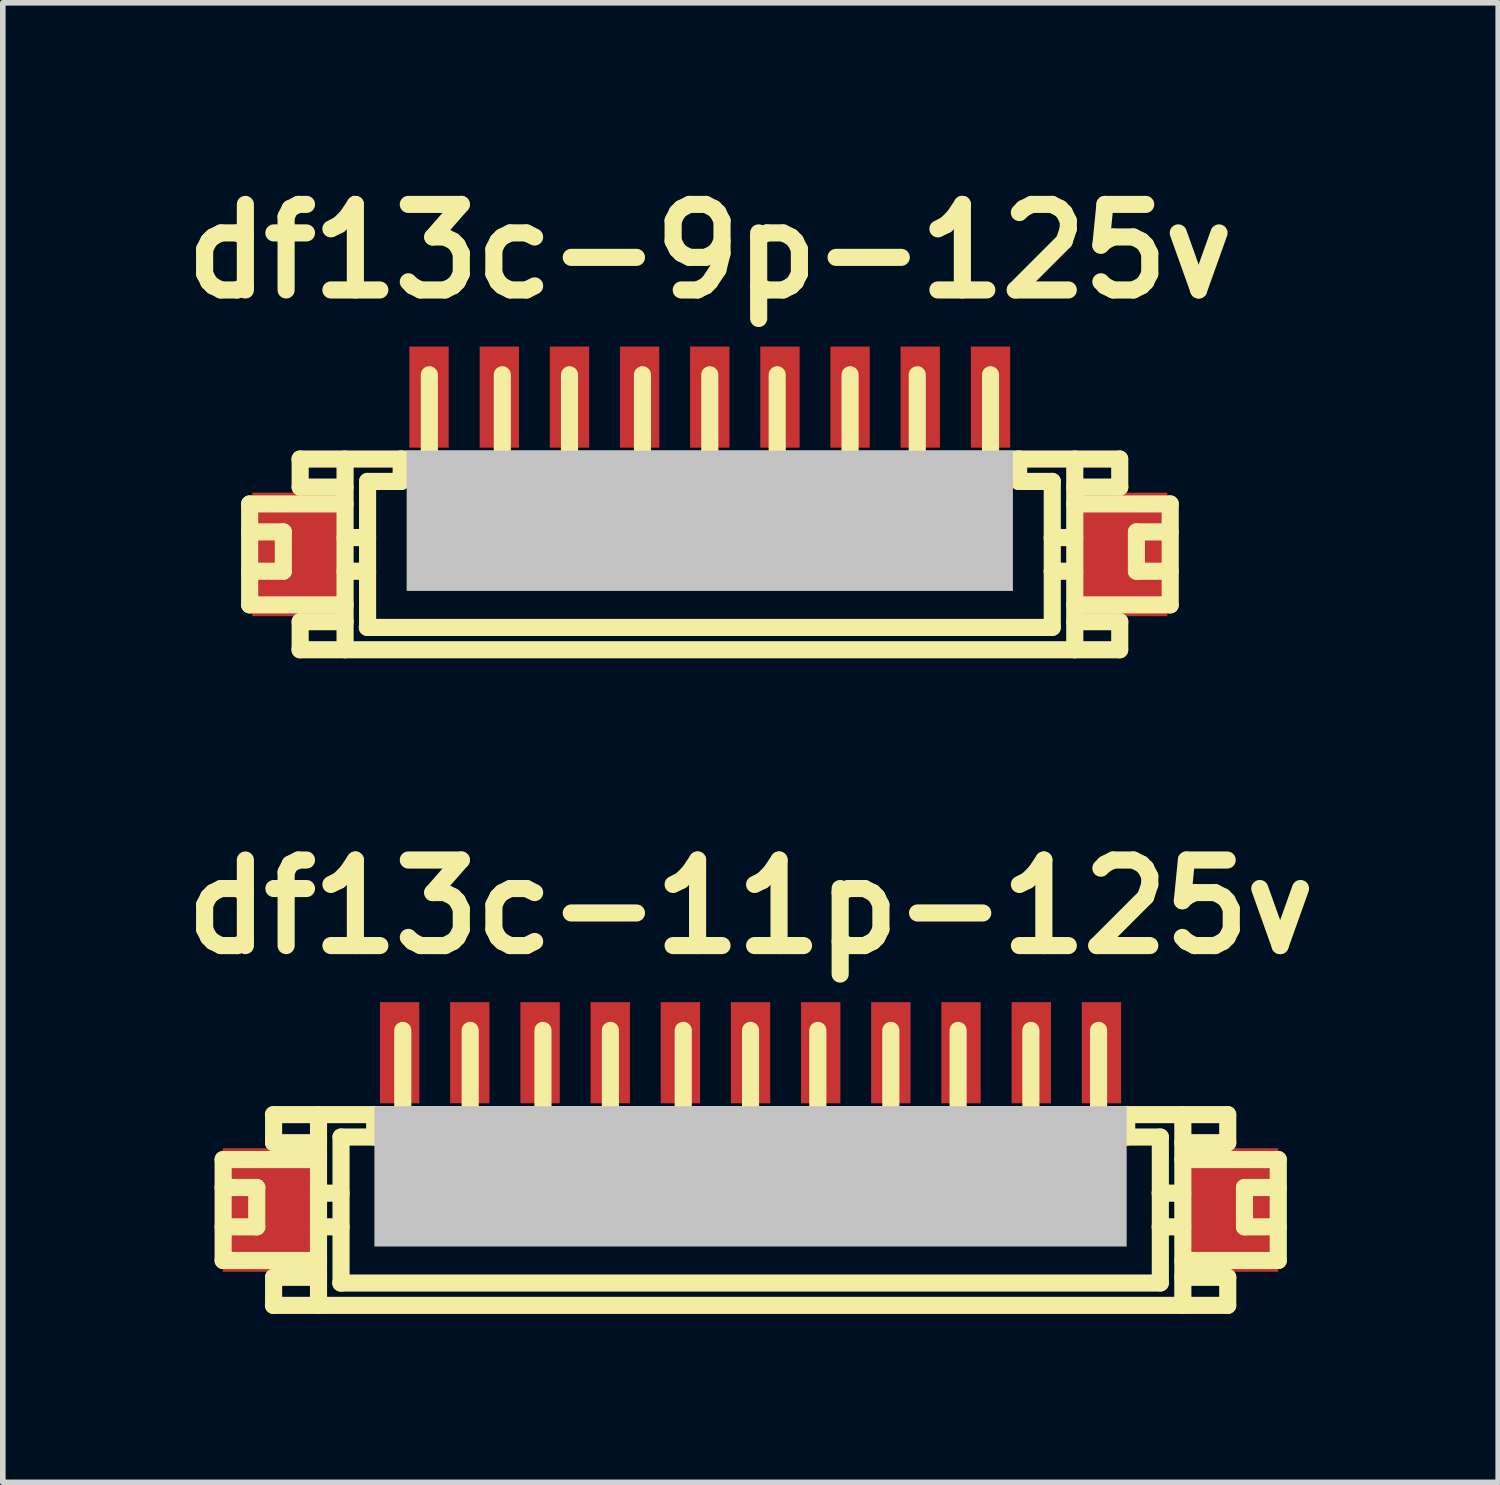
<source format=kicad_pcb>
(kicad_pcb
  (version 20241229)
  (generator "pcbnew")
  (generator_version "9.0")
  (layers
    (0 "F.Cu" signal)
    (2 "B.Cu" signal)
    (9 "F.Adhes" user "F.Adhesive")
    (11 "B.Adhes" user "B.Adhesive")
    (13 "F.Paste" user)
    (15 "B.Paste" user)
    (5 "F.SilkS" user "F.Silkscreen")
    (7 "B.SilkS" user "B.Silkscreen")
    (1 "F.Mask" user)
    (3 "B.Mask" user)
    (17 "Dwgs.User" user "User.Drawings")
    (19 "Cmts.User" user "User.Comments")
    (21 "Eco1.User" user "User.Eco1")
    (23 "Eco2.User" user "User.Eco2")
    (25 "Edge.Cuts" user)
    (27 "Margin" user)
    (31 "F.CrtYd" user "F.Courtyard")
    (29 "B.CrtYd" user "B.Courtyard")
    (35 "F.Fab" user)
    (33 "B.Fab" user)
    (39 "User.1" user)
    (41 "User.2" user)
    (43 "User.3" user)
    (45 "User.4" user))
  (footprint "df13c-9p-125v"
    (layer "F.Cu")
    (at 9.594 6.026)
    (property "Reference" "df13c-9p-125v" (at 0 -4.6 0) (layer "F.SilkS") (effects (font (size 1.524 1.524) (thickness 0.305))))
    (attr through_hole)
    (fp_line (start -8.197 -0.099) (end -6.497 -0.099) (stroke (width 0.305) (type solid)) (layer "F.SilkS"))
    (fp_line (start -8.197 0.399) (end -7.597 0.399) (stroke (width 0.305) (type solid)) (layer "F.SilkS"))
    (fp_line (start -8.197 1.699) (end -8.197 -0.099) (stroke (width 0.305) (type solid)) (layer "F.SilkS"))
    (fp_line (start -8.197 1.699) (end -6.497 1.699) (stroke (width 0.305) (type solid)) (layer "F.SilkS"))
    (fp_line (start -7.597 0.399) (end -7.597 1.1) (stroke (width 0.305) (type solid)) (layer "F.SilkS"))
    (fp_line (start -7.597 1.1) (end -8.197 1.1) (stroke (width 0.305) (type solid)) (layer "F.SilkS"))
    (fp_line (start -7.3 -0.899) (end 7.3 -0.899) (stroke (width 0.305) (type solid)) (layer "F.SilkS"))
    (fp_line (start -7.297 -0.399) (end -7.297 -0.899) (stroke (width 0.305) (type solid)) (layer "F.SilkS"))
    (fp_line (start -7.297 2.499) (end -7.297 1.999) (stroke (width 0.305) (type solid)) (layer "F.SilkS"))
    (fp_line (start -6.497 -0.899) (end -6.497 2.499) (stroke (width 0.305) (type solid)) (layer "F.SilkS"))
    (fp_line (start -6.497 -0.399) (end -7.297 -0.399) (stroke (width 0.305) (type solid)) (layer "F.SilkS"))
    (fp_line (start -6.497 0.5) (end -6.096 0.5) (stroke (width 0.305) (type solid)) (layer "F.SilkS"))
    (fp_line (start -6.497 1.1) (end -6.096 1.1) (stroke (width 0.305) (type solid)) (layer "F.SilkS"))
    (fp_line (start -6.497 1.999) (end -7.297 1.999) (stroke (width 0.305) (type solid)) (layer "F.SilkS"))
    (fp_line (start -6.101 2.101) (end 6.101 2.101) (stroke (width 0.305) (type solid)) (layer "F.SilkS"))
    (fp_line (start -6.096 -0.5) (end -5.497 -0.5) (stroke (width 0.305) (type solid)) (layer "F.SilkS"))
    (fp_line (start -6.096 2.101) (end -6.096 -0.5) (stroke (width 0.305) (type solid)) (layer "F.SilkS"))
    (fp_line (start -5.497 -0.902) (end -5.497 -0.5) (stroke (width 0.305) (type solid)) (layer "F.SilkS"))
    (fp_line (start -5.098 0.998) (end -5.098 1.199) (stroke (width 0.305) (type solid)) (layer "F.SilkS"))
    (fp_line (start -5.098 1.199) (end -4.897 1.199) (stroke (width 0.305) (type solid)) (layer "F.SilkS"))
    (fp_line (start -4.996 -0.902) (end -4.996 -2.4) (stroke (width 0.305) (type solid)) (layer "F.SilkS"))
    (fp_line (start -4.897 0.998) (end -5.098 0.998) (stroke (width 0.305) (type solid)) (layer "F.SilkS"))
    (fp_line (start -4.897 1.199) (end -4.897 0.998) (stroke (width 0.305) (type solid)) (layer "F.SilkS"))
    (fp_line (start -3.8 1.001) (end -3.602 1.001) (stroke (width 0.305) (type solid)) (layer "F.SilkS"))
    (fp_line (start -3.8 1.199) (end -3.8 1.001) (stroke (width 0.305) (type solid)) (layer "F.SilkS"))
    (fp_line (start -3.696 -0.899) (end -3.696 -2.4) (stroke (width 0.305) (type solid)) (layer "F.SilkS"))
    (fp_line (start -3.602 1.001) (end -3.602 1.199) (stroke (width 0.305) (type solid)) (layer "F.SilkS"))
    (fp_line (start -3.602 1.199) (end -3.8 1.199) (stroke (width 0.305) (type solid)) (layer "F.SilkS"))
    (fp_line (start -2.598 1.001) (end -2.4 1.001) (stroke (width 0.305) (type solid)) (layer "F.SilkS"))
    (fp_line (start -2.598 1.199) (end -2.598 1.001) (stroke (width 0.305) (type solid)) (layer "F.SilkS"))
    (fp_line (start -2.499 -2.4) (end -2.499 -0.899) (stroke (width 0.305) (type solid)) (layer "F.SilkS"))
    (fp_line (start -2.4 1.001) (end -2.4 1.199) (stroke (width 0.305) (type solid)) (layer "F.SilkS"))
    (fp_line (start -2.4 1.199) (end -2.598 1.199) (stroke (width 0.305) (type solid)) (layer "F.SilkS"))
    (fp_line (start -1.298 1.001) (end -1.1 1.001) (stroke (width 0.305) (type solid)) (layer "F.SilkS"))
    (fp_line (start -1.298 1.199) (end -1.298 1.001) (stroke (width 0.305) (type solid)) (layer "F.SilkS"))
    (fp_line (start -1.199 -0.899) (end -1.199 -2.4) (stroke (width 0.305) (type solid)) (layer "F.SilkS"))
    (fp_line (start -1.1 1.001) (end -1.1 1.199) (stroke (width 0.305) (type solid)) (layer "F.SilkS"))
    (fp_line (start -1.1 1.199) (end -1.298 1.199) (stroke (width 0.305) (type solid)) (layer "F.SilkS"))
    (fp_line (start -0.099 1.001) (end 0.099 1.001) (stroke (width 0.305) (type solid)) (layer "F.SilkS"))
    (fp_line (start -0.099 1.199) (end -0.099 1.001) (stroke (width 0.305) (type solid)) (layer "F.SilkS"))
    (fp_line (start 0 -0.899) (end 0 -2.4) (stroke (width 0.305) (type solid)) (layer "F.SilkS"))
    (fp_line (start 0.099 1.001) (end 0.099 1.199) (stroke (width 0.305) (type solid)) (layer "F.SilkS"))
    (fp_line (start 0.099 1.199) (end -0.099 1.199) (stroke (width 0.305) (type solid)) (layer "F.SilkS"))
    (fp_line (start 1.1 1.001) (end 1.3 1.001) (stroke (width 0.305) (type solid)) (layer "F.SilkS"))
    (fp_line (start 1.1 1.199) (end 1.1 1.001) (stroke (width 0.305) (type solid)) (layer "F.SilkS"))
    (fp_line (start 1.201 -2.4) (end 1.201 -0.899) (stroke (width 0.305) (type solid)) (layer "F.SilkS"))
    (fp_line (start 1.3 1.001) (end 1.3 1.199) (stroke (width 0.305) (type solid)) (layer "F.SilkS"))
    (fp_line (start 1.3 1.199) (end 1.1 1.199) (stroke (width 0.305) (type solid)) (layer "F.SilkS"))
    (fp_line (start 2.398 1.001) (end 2.596 1.001) (stroke (width 0.305) (type solid)) (layer "F.SilkS"))
    (fp_line (start 2.398 1.199) (end 2.398 1.001) (stroke (width 0.305) (type solid)) (layer "F.SilkS"))
    (fp_line (start 2.499 -0.899) (end 2.499 -2.4) (stroke (width 0.305) (type solid)) (layer "F.SilkS"))
    (fp_line (start 2.596 1.001) (end 2.596 1.199) (stroke (width 0.305) (type solid)) (layer "F.SilkS"))
    (fp_line (start 2.596 1.199) (end 2.398 1.199) (stroke (width 0.305) (type solid)) (layer "F.SilkS"))
    (fp_line (start 3.602 0.998) (end 3.802 0.998) (stroke (width 0.305) (type solid)) (layer "F.SilkS"))
    (fp_line (start 3.602 1.199) (end 3.602 0.998) (stroke (width 0.305) (type solid)) (layer "F.SilkS"))
    (fp_line (start 3.696 -0.899) (end 3.696 -2.4) (stroke (width 0.305) (type solid)) (layer "F.SilkS"))
    (fp_line (start 3.802 0.998) (end 3.802 1.199) (stroke (width 0.305) (type solid)) (layer "F.SilkS"))
    (fp_line (start 3.802 1.199) (end 3.602 1.199) (stroke (width 0.305) (type solid)) (layer "F.SilkS"))
    (fp_line (start 4.902 1.001) (end 5.103 1.001) (stroke (width 0.305) (type solid)) (layer "F.SilkS"))
    (fp_line (start 4.902 1.199) (end 4.902 1.001) (stroke (width 0.305) (type solid)) (layer "F.SilkS"))
    (fp_line (start 5.001 -0.902) (end 5.001 -2.4) (stroke (width 0.305) (type solid)) (layer "F.SilkS"))
    (fp_line (start 5.103 1.001) (end 5.103 1.199) (stroke (width 0.305) (type solid)) (layer "F.SilkS"))
    (fp_line (start 5.103 1.199) (end 4.902 1.199) (stroke (width 0.305) (type solid)) (layer "F.SilkS"))
    (fp_line (start 5.502 -0.5) (end 5.502 -0.902) (stroke (width 0.305) (type solid)) (layer "F.SilkS"))
    (fp_line (start 6.099 1.1) (end 6.5 1.1) (stroke (width 0.305) (type solid)) (layer "F.SilkS"))
    (fp_line (start 6.101 -0.5) (end 5.502 -0.5) (stroke (width 0.305) (type solid)) (layer "F.SilkS"))
    (fp_line (start 6.101 2.098) (end 6.101 -0.5) (stroke (width 0.305) (type solid)) (layer "F.SilkS"))
    (fp_line (start 6.5 0.5) (end 6.099 0.5) (stroke (width 0.305) (type solid)) (layer "F.SilkS"))
    (fp_line (start 6.502 -0.899) (end 6.502 2.499) (stroke (width 0.305) (type solid)) (layer "F.SilkS"))
    (fp_line (start 7.3 2.499) (end -7.3 2.499) (stroke (width 0.305) (type solid)) (layer "F.SilkS"))
    (fp_line (start 7.303 -0.399) (end 6.502 -0.399) (stroke (width 0.305) (type solid)) (layer "F.SilkS"))
    (fp_line (start 7.303 -0.399) (end 7.303 -0.899) (stroke (width 0.305) (type solid)) (layer "F.SilkS"))
    (fp_line (start 7.303 1.999) (end 6.502 1.999) (stroke (width 0.305) (type solid)) (layer "F.SilkS"))
    (fp_line (start 7.303 2.499) (end 7.303 1.999) (stroke (width 0.305) (type solid)) (layer "F.SilkS"))
    (fp_line (start 7.6 0.399) (end 7.6 1.1) (stroke (width 0.305) (type solid)) (layer "F.SilkS"))
    (fp_line (start 7.602 0.399) (end 8.202 0.399) (stroke (width 0.305) (type solid)) (layer "F.SilkS"))
    (fp_line (start 7.602 1.1) (end 8.202 1.1) (stroke (width 0.305) (type solid)) (layer "F.SilkS"))
    (fp_line (start 8.202 -0.099) (end 6.502 -0.099) (stroke (width 0.305) (type solid)) (layer "F.SilkS"))
    (fp_line (start 8.202 -0.099) (end 8.202 1.699) (stroke (width 0.305) (type solid)) (layer "F.SilkS"))
    (fp_line (start 8.202 1.699) (end 6.502 1.699) (stroke (width 0.305) (type solid)) (layer "F.SilkS"))
    (pad "" smd rect (at -7.351 0.8) (size 1.6 2.2) (layers "F.Cu" "F.Mask" "F.Paste"))
    (pad "" smd rect (at 0 0.201) (size 10.8 2.499) (layers "Dwgs.User"))
    (pad "" smd rect (at 7.351 0.8) (size 1.6 2.2) (layers "F.Cu" "F.Mask" "F.Paste"))
    (pad "1" smd rect (at -5.001 -2.002) (size 0.701 1.801) (layers "F.Cu" "F.Mask" "F.Paste"))
    (pad "2" smd rect (at -3.749 -2.002) (size 0.701 1.801) (layers "F.Cu" "F.Mask" "F.Paste"))
    (pad "3" smd rect (at -2.499 -2.002) (size 0.701 1.801) (layers "F.Cu" "F.Mask" "F.Paste"))
    (pad "4" smd rect (at -1.25 -2.002) (size 0.701 1.801) (layers "F.Cu" "F.Mask" "F.Paste"))
    (pad "5" smd rect (at 0 -2.002) (size 0.701 1.801) (layers "F.Cu" "F.Mask" "F.Paste"))
    (pad "6" smd rect (at 1.25 -2.002) (size 0.701 1.801) (layers "F.Cu" "F.Mask" "F.Paste"))
    (pad "7" smd rect (at 2.499 -2.002) (size 0.701 1.801) (layers "F.Cu" "F.Mask" "F.Paste"))
    (pad "8" smd rect (at 3.749 -2.002) (size 0.701 1.801) (layers "F.Cu" "F.Mask" "F.Paste"))
    (pad "9" smd rect (at 5.001 -2.002) (size 0.701 1.801) (layers "F.Cu" "F.Mask" "F.Paste")))
  (footprint "df13c-11p-125v"
    (layer "F.Cu")
    (at 10.32 17.705)
    (property "Reference" "df13c-11p-125v" (at 0 -4.6 0) (layer "F.SilkS") (effects (font (size 1.524 1.524) (thickness 0.305))))
    (attr through_hole)
    (fp_line (start -9.395 -0.099) (end -7.696 -0.099) (stroke (width 0.305) (type solid)) (layer "F.SilkS"))
    (fp_line (start -9.395 0.399) (end -8.796 0.399) (stroke (width 0.305) (type solid)) (layer "F.SilkS"))
    (fp_line (start -9.395 1.699) (end -9.395 -0.099) (stroke (width 0.305) (type solid)) (layer "F.SilkS"))
    (fp_line (start -9.395 1.699) (end -7.696 1.699) (stroke (width 0.305) (type solid)) (layer "F.SilkS"))
    (fp_line (start -8.796 0.399) (end -8.796 1.1) (stroke (width 0.305) (type solid)) (layer "F.SilkS"))
    (fp_line (start -8.796 1.1) (end -9.395 1.1) (stroke (width 0.305) (type solid)) (layer "F.SilkS"))
    (fp_line (start -8.499 -0.899) (end 8.499 -0.899) (stroke (width 0.305) (type solid)) (layer "F.SilkS"))
    (fp_line (start -8.499 2.499) (end 8.499 2.499) (stroke (width 0.305) (type solid)) (layer "F.SilkS"))
    (fp_line (start -8.496 -0.399) (end -8.496 -0.899) (stroke (width 0.305) (type solid)) (layer "F.SilkS"))
    (fp_line (start -8.496 2.499) (end -8.496 1.999) (stroke (width 0.305) (type solid)) (layer "F.SilkS"))
    (fp_line (start -7.696 -0.899) (end -7.696 2.499) (stroke (width 0.305) (type solid)) (layer "F.SilkS"))
    (fp_line (start -7.696 -0.399) (end -8.496 -0.399) (stroke (width 0.305) (type solid)) (layer "F.SilkS"))
    (fp_line (start -7.696 0.5) (end -7.295 0.5) (stroke (width 0.305) (type solid)) (layer "F.SilkS"))
    (fp_line (start -7.696 1.1) (end -7.295 1.1) (stroke (width 0.305) (type solid)) (layer "F.SilkS"))
    (fp_line (start -7.696 1.999) (end -8.496 1.999) (stroke (width 0.305) (type solid)) (layer "F.SilkS"))
    (fp_line (start -7.295 -0.5) (end -6.695 -0.5) (stroke (width 0.305) (type solid)) (layer "F.SilkS"))
    (fp_line (start -7.295 2.101) (end -7.295 -0.5) (stroke (width 0.305) (type solid)) (layer "F.SilkS"))
    (fp_line (start -6.695 -0.902) (end -6.695 -0.5) (stroke (width 0.305) (type solid)) (layer "F.SilkS"))
    (fp_line (start -6.297 0.998) (end -6.297 1.199) (stroke (width 0.305) (type solid)) (layer "F.SilkS"))
    (fp_line (start -6.297 1.199) (end -6.096 1.199) (stroke (width 0.305) (type solid)) (layer "F.SilkS"))
    (fp_line (start -6.195 -0.902) (end -6.195 -2.4) (stroke (width 0.305) (type solid)) (layer "F.SilkS"))
    (fp_line (start -6.096 0.998) (end -6.297 0.998) (stroke (width 0.305) (type solid)) (layer "F.SilkS"))
    (fp_line (start -6.096 1.199) (end -6.096 0.998) (stroke (width 0.305) (type solid)) (layer "F.SilkS"))
    (fp_line (start -5.1 1.001) (end -4.902 1.001) (stroke (width 0.305) (type solid)) (layer "F.SilkS"))
    (fp_line (start -5.1 1.199) (end -5.1 1.001) (stroke (width 0.305) (type solid)) (layer "F.SilkS"))
    (fp_line (start -4.994 -0.899) (end -4.994 -2.4) (stroke (width 0.305) (type solid)) (layer "F.SilkS"))
    (fp_line (start -4.902 1.001) (end -4.902 1.199) (stroke (width 0.305) (type solid)) (layer "F.SilkS"))
    (fp_line (start -4.902 1.199) (end -5.1 1.199) (stroke (width 0.305) (type solid)) (layer "F.SilkS"))
    (fp_line (start -3.797 1.001) (end -3.599 1.001) (stroke (width 0.305) (type solid)) (layer "F.SilkS"))
    (fp_line (start -3.797 1.199) (end -3.797 1.001) (stroke (width 0.305) (type solid)) (layer "F.SilkS"))
    (fp_line (start -3.698 -2.4) (end -3.698 -0.899) (stroke (width 0.305) (type solid)) (layer "F.SilkS"))
    (fp_line (start -3.599 1.001) (end -3.599 1.199) (stroke (width 0.305) (type solid)) (layer "F.SilkS"))
    (fp_line (start -3.599 1.199) (end -3.797 1.199) (stroke (width 0.305) (type solid)) (layer "F.SilkS"))
    (fp_line (start -2.598 1.001) (end -2.4 1.001) (stroke (width 0.305) (type solid)) (layer "F.SilkS"))
    (fp_line (start -2.598 1.199) (end -2.598 1.001) (stroke (width 0.305) (type solid)) (layer "F.SilkS"))
    (fp_line (start -2.497 -0.899) (end -2.497 -2.4) (stroke (width 0.305) (type solid)) (layer "F.SilkS"))
    (fp_line (start -2.4 1.001) (end -2.4 1.199) (stroke (width 0.305) (type solid)) (layer "F.SilkS"))
    (fp_line (start -2.4 1.199) (end -2.598 1.199) (stroke (width 0.305) (type solid)) (layer "F.SilkS"))
    (fp_line (start -1.298 1.001) (end -1.1 1.001) (stroke (width 0.305) (type solid)) (layer "F.SilkS"))
    (fp_line (start -1.298 1.199) (end -1.298 1.001) (stroke (width 0.305) (type solid)) (layer "F.SilkS"))
    (fp_line (start -1.199 -0.899) (end -1.199 -2.4) (stroke (width 0.305) (type solid)) (layer "F.SilkS"))
    (fp_line (start -1.1 1.001) (end -1.1 1.199) (stroke (width 0.305) (type solid)) (layer "F.SilkS"))
    (fp_line (start -1.1 1.199) (end -1.298 1.199) (stroke (width 0.305) (type solid)) (layer "F.SilkS"))
    (fp_line (start -0.099 1.001) (end 0.099 1.001) (stroke (width 0.305) (type solid)) (layer "F.SilkS"))
    (fp_line (start -0.099 1.199) (end -0.099 1.001) (stroke (width 0.305) (type solid)) (layer "F.SilkS"))
    (fp_line (start 0 -2.4) (end 0 -0.899) (stroke (width 0.305) (type solid)) (layer "F.SilkS"))
    (fp_line (start 0.099 1.001) (end 0.099 1.199) (stroke (width 0.305) (type solid)) (layer "F.SilkS"))
    (fp_line (start 0.099 1.199) (end -0.099 1.199) (stroke (width 0.305) (type solid)) (layer "F.SilkS"))
    (fp_line (start 1.102 1.001) (end 1.3 1.001) (stroke (width 0.305) (type solid)) (layer "F.SilkS"))
    (fp_line (start 1.102 1.199) (end 1.102 1.001) (stroke (width 0.305) (type solid)) (layer "F.SilkS"))
    (fp_line (start 1.199 -2.4) (end 1.199 -0.899) (stroke (width 0.305) (type solid)) (layer "F.SilkS"))
    (fp_line (start 1.3 1.001) (end 1.3 1.199) (stroke (width 0.305) (type solid)) (layer "F.SilkS"))
    (fp_line (start 1.3 1.199) (end 1.102 1.199) (stroke (width 0.305) (type solid)) (layer "F.SilkS"))
    (fp_line (start 2.398 1.001) (end 2.598 1.001) (stroke (width 0.305) (type solid)) (layer "F.SilkS"))
    (fp_line (start 2.398 1.199) (end 2.398 1.001) (stroke (width 0.305) (type solid)) (layer "F.SilkS"))
    (fp_line (start 2.499 -2.4) (end 2.499 -0.899) (stroke (width 0.305) (type solid)) (layer "F.SilkS"))
    (fp_line (start 2.598 1.001) (end 2.598 1.199) (stroke (width 0.305) (type solid)) (layer "F.SilkS"))
    (fp_line (start 2.598 1.199) (end 2.398 1.199) (stroke (width 0.305) (type solid)) (layer "F.SilkS"))
    (fp_line (start 3.597 1.001) (end 3.795 1.001) (stroke (width 0.305) (type solid)) (layer "F.SilkS"))
    (fp_line (start 3.597 1.199) (end 3.597 1.001) (stroke (width 0.305) (type solid)) (layer "F.SilkS"))
    (fp_line (start 3.698 -0.899) (end 3.698 -2.4) (stroke (width 0.305) (type solid)) (layer "F.SilkS"))
    (fp_line (start 3.795 1.001) (end 3.795 1.199) (stroke (width 0.305) (type solid)) (layer "F.SilkS"))
    (fp_line (start 3.795 1.199) (end 3.597 1.199) (stroke (width 0.305) (type solid)) (layer "F.SilkS"))
    (fp_line (start 4.9 0.998) (end 5.1 0.998) (stroke (width 0.305) (type solid)) (layer "F.SilkS"))
    (fp_line (start 4.9 1.199) (end 4.9 0.998) (stroke (width 0.305) (type solid)) (layer "F.SilkS"))
    (fp_line (start 4.994 -0.899) (end 4.994 -2.4) (stroke (width 0.305) (type solid)) (layer "F.SilkS"))
    (fp_line (start 5.1 0.998) (end 5.1 1.199) (stroke (width 0.305) (type solid)) (layer "F.SilkS"))
    (fp_line (start 5.1 1.199) (end 4.9 1.199) (stroke (width 0.305) (type solid)) (layer "F.SilkS"))
    (fp_line (start 6.101 1.001) (end 6.302 1.001) (stroke (width 0.305) (type solid)) (layer "F.SilkS"))
    (fp_line (start 6.101 1.199) (end 6.101 1.001) (stroke (width 0.305) (type solid)) (layer "F.SilkS"))
    (fp_line (start 6.2 -0.902) (end 6.2 -2.4) (stroke (width 0.305) (type solid)) (layer "F.SilkS"))
    (fp_line (start 6.302 1.001) (end 6.302 1.199) (stroke (width 0.305) (type solid)) (layer "F.SilkS"))
    (fp_line (start 6.302 1.199) (end 6.101 1.199) (stroke (width 0.305) (type solid)) (layer "F.SilkS"))
    (fp_line (start 6.701 -0.5) (end 6.701 -0.902) (stroke (width 0.305) (type solid)) (layer "F.SilkS"))
    (fp_line (start 7.297 1.1) (end 7.699 1.1) (stroke (width 0.305) (type solid)) (layer "F.SilkS"))
    (fp_line (start 7.3 -0.5) (end 6.701 -0.5) (stroke (width 0.305) (type solid)) (layer "F.SilkS"))
    (fp_line (start 7.3 2.098) (end 7.3 -0.5) (stroke (width 0.305) (type solid)) (layer "F.SilkS"))
    (fp_line (start 7.3 2.101) (end -7.3 2.101) (stroke (width 0.305) (type solid)) (layer "F.SilkS"))
    (fp_line (start 7.699 0.5) (end 7.297 0.5) (stroke (width 0.305) (type solid)) (layer "F.SilkS"))
    (fp_line (start 7.701 -0.899) (end 7.701 2.499) (stroke (width 0.305) (type solid)) (layer "F.SilkS"))
    (fp_line (start 8.501 -0.399) (end 7.701 -0.399) (stroke (width 0.305) (type solid)) (layer "F.SilkS"))
    (fp_line (start 8.501 -0.399) (end 8.501 -0.899) (stroke (width 0.305) (type solid)) (layer "F.SilkS"))
    (fp_line (start 8.501 1.999) (end 7.701 1.999) (stroke (width 0.305) (type solid)) (layer "F.SilkS"))
    (fp_line (start 8.501 2.499) (end 8.501 1.999) (stroke (width 0.305) (type solid)) (layer "F.SilkS"))
    (fp_line (start 8.799 0.399) (end 8.799 1.1) (stroke (width 0.305) (type solid)) (layer "F.SilkS"))
    (fp_line (start 8.801 0.399) (end 9.401 0.399) (stroke (width 0.305) (type solid)) (layer "F.SilkS"))
    (fp_line (start 8.801 1.1) (end 9.401 1.1) (stroke (width 0.305) (type solid)) (layer "F.SilkS"))
    (fp_line (start 9.401 -0.099) (end 7.701 -0.099) (stroke (width 0.305) (type solid)) (layer "F.SilkS"))
    (fp_line (start 9.401 -0.099) (end 9.401 1.699) (stroke (width 0.305) (type solid)) (layer "F.SilkS"))
    (fp_line (start 9.401 1.699) (end 7.701 1.699) (stroke (width 0.305) (type solid)) (layer "F.SilkS"))
    (pad "" smd rect (at -8.6 0.8) (size 1.6 2.2) (layers "F.Cu" "F.Mask" "F.Paste"))
    (pad "" smd rect (at 0 0.201) (size 13.401 2.499) (layers "Dwgs.User"))
    (pad "" smd rect (at 8.6 0.8) (size 1.6 2.2) (layers "F.Cu" "F.Mask" "F.Paste"))
    (pad "1" smd rect (at -6.251 -2.002) (size 0.701 1.801) (layers "F.Cu" "F.Mask" "F.Paste"))
    (pad "2" smd rect (at -5.001 -2.002) (size 0.701 1.801) (layers "F.Cu" "F.Mask" "F.Paste"))
    (pad "3" smd rect (at -3.749 -2.002) (size 0.701 1.801) (layers "F.Cu" "F.Mask" "F.Paste"))
    (pad "4" smd rect (at -2.499 -2.002) (size 0.701 1.801) (layers "F.Cu" "F.Mask" "F.Paste"))
    (pad "5" smd rect (at -1.25 -2.002) (size 0.701 1.801) (layers "F.Cu" "F.Mask" "F.Paste"))
    (pad "6" smd rect (at 0 -2.002) (size 0.701 1.801) (layers "F.Cu" "F.Mask" "F.Paste"))
    (pad "7" smd rect (at 1.25 -2.002) (size 0.701 1.801) (layers "F.Cu" "F.Mask" "F.Paste"))
    (pad "8" smd rect (at 2.499 -2.002) (size 0.701 1.801) (layers "F.Cu" "F.Mask" "F.Paste"))
    (pad "9" smd rect (at 3.749 -2.002) (size 0.701 1.801) (layers "F.Cu" "F.Mask" "F.Paste"))
    (pad "10" smd rect (at 5.001 -2.002) (size 0.701 1.801) (layers "F.Cu" "F.Mask" "F.Paste"))
    (pad "11" smd rect (at 6.251 -2.002) (size 0.701 1.801) (layers "F.Cu" "F.Mask" "F.Paste")))
  (gr_rect
    (start -3 -3)
    (end 23.639 23.356)
    (stroke (width 0.1) (type default))
    (fill no)
    (layer "Edge.Cuts")))
</source>
